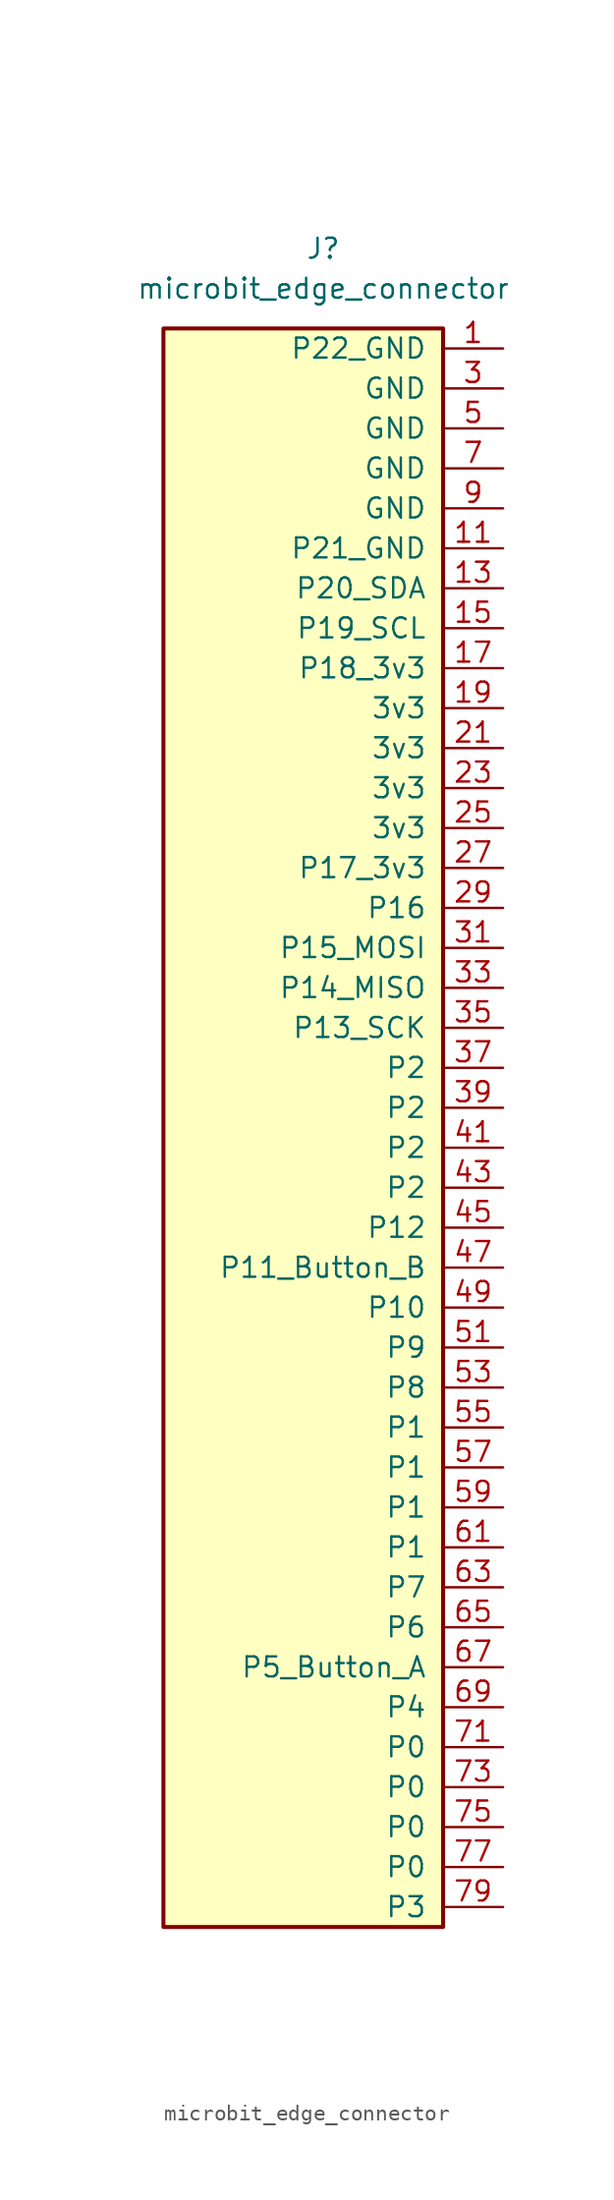
<source format=kicad_sym>
(kicad_symbol_lib
  (version 20211014)
  (generator kicad_symbol_editor)
  (symbol "microbit_edge_connector"
    (pin_names
      (offset 1.016))
    (property "Reference" "J"
      (at 1.27 52.07 0)
      (effects (font (size 1.27 1.27))))
    (property "Value" "microbit_edge_connector"
      (at 1.27 49.53 0)
      (effects (font (size 1.27 1.27))))
    (symbol "microbit_edge_connector_0_0"
      (rectangle (start -8.89 46.99) (end 8.89 -54.61) (stroke (width 0.254) (type default) (color 0 0 0 0)) (fill (type background))))
    (symbol "microbit_edge_connector_1_1"
      (pin passive line (at 12.7 45.72 180) (length 3.81) (name "P22_GND" (effects (font (size 1.27 1.27)))) (number "1" (effects (font (size 1.27 1.27)))))
      (pin no_connect line (at -12.7 35.56 0) (length 3.81) hide (name "~" (effects (font (size 1.27 1.27)))) (number "10" (effects (font (size 1.27 1.27)))))
      (pin passive line (at 12.7 33.02 180) (length 3.81) (name "P21_GND" (effects (font (size 1.27 1.27)))) (number "11" (effects (font (size 1.27 1.27)))))
      (pin no_connect line (at -12.7 33.02 0) (length 3.81) hide (name "~" (effects (font (size 1.27 1.27)))) (number "12" (effects (font (size 1.27 1.27)))))
      (pin passive line (at 12.7 30.48 180) (length 3.81) (name "P20_SDA" (effects (font (size 1.27 1.27)))) (number "13" (effects (font (size 1.27 1.27)))))
      (pin no_connect line (at -12.7 30.48 0) (length 3.81) hide (name "~" (effects (font (size 1.27 1.27)))) (number "14" (effects (font (size 1.27 1.27)))))
      (pin passive line (at 12.7 27.94 180) (length 3.81) (name "P19_SCL" (effects (font (size 1.27 1.27)))) (number "15" (effects (font (size 1.27 1.27)))))
      (pin no_connect line (at -12.7 27.94 0) (length 3.81) hide (name "~" (effects (font (size 1.27 1.27)))) (number "16" (effects (font (size 1.27 1.27)))))
      (pin passive line (at 12.7 25.4 180) (length 3.81) (name "P18_3v3" (effects (font (size 1.27 1.27)))) (number "17" (effects (font (size 1.27 1.27)))))
      (pin no_connect line (at -12.7 25.4 0) (length 3.81) hide (name "~" (effects (font (size 1.27 1.27)))) (number "18" (effects (font (size 1.27 1.27)))))
      (pin passive line (at 12.7 22.86 180) (length 3.81) (name "3v3" (effects (font (size 1.27 1.27)))) (number "19" (effects (font (size 1.27 1.27)))))
      (pin no_connect line (at -12.7 45.72 0) (length 3.81) hide (name "~" (effects (font (size 1.27 1.27)))) (number "2" (effects (font (size 1.27 1.27)))))
      (pin no_connect line (at -12.7 22.86 0) (length 3.81) hide (name "~" (effects (font (size 1.27 1.27)))) (number "20" (effects (font (size 1.27 1.27)))))
      (pin passive line (at 12.7 20.32 180) (length 3.81) (name "3v3" (effects (font (size 1.27 1.27)))) (number "21" (effects (font (size 1.27 1.27)))))
      (pin no_connect line (at -12.7 20.32 0) (length 3.81) hide (name "~" (effects (font (size 1.27 1.27)))) (number "22" (effects (font (size 1.27 1.27)))))
      (pin passive line (at 12.7 17.78 180) (length 3.81) (name "3v3" (effects (font (size 1.27 1.27)))) (number "23" (effects (font (size 1.27 1.27)))))
      (pin no_connect line (at -12.7 17.78 0) (length 3.81) hide (name "~" (effects (font (size 1.27 1.27)))) (number "24" (effects (font (size 1.27 1.27)))))
      (pin passive line (at 12.7 15.24 180) (length 3.81) (name "3v3" (effects (font (size 1.27 1.27)))) (number "25" (effects (font (size 1.27 1.27)))))
      (pin no_connect line (at -12.7 15.24 0) (length 3.81) hide (name "~" (effects (font (size 1.27 1.27)))) (number "26" (effects (font (size 1.27 1.27)))))
      (pin passive line (at 12.7 12.7 180) (length 3.81) (name "P17_3v3" (effects (font (size 1.27 1.27)))) (number "27" (effects (font (size 1.27 1.27)))))
      (pin no_connect line (at -12.7 12.7 0) (length 3.81) hide (name "~" (effects (font (size 1.27 1.27)))) (number "28" (effects (font (size 1.27 1.27)))))
      (pin passive line (at 12.7 10.16 180) (length 3.81) (name "P16" (effects (font (size 1.27 1.27)))) (number "29" (effects (font (size 1.27 1.27)))))
      (pin power_in line (at 12.7 43.18 180) (length 3.81) (name "GND" (effects (font (size 1.27 1.27)))) (number "3" (effects (font (size 1.27 1.27)))))
      (pin no_connect line (at -12.7 10.16 0) (length 3.81) hide (name "~" (effects (font (size 1.27 1.27)))) (number "30" (effects (font (size 1.27 1.27)))))
      (pin passive line (at 12.7 7.62 180) (length 3.81) (name "P15_MOSI" (effects (font (size 1.27 1.27)))) (number "31" (effects (font (size 1.27 1.27)))))
      (pin no_connect line (at -12.7 7.62 0) (length 3.81) hide (name "~" (effects (font (size 1.27 1.27)))) (number "32" (effects (font (size 1.27 1.27)))))
      (pin passive line (at 12.7 5.08 180) (length 3.81) (name "P14_MISO" (effects (font (size 1.27 1.27)))) (number "33" (effects (font (size 1.27 1.27)))))
      (pin no_connect line (at -12.7 5.08 0) (length 3.81) hide (name "~" (effects (font (size 1.27 1.27)))) (number "34" (effects (font (size 1.27 1.27)))))
      (pin passive line (at 12.7 2.54 180) (length 3.81) (name "P13_SCK" (effects (font (size 1.27 1.27)))) (number "35" (effects (font (size 1.27 1.27)))))
      (pin no_connect line (at -12.7 2.54 0) (length 3.81) hide (name "~" (effects (font (size 1.27 1.27)))) (number "36" (effects (font (size 1.27 1.27)))))
      (pin passive line (at 12.7 0 180) (length 3.81) (name "P2" (effects (font (size 1.27 1.27)))) (number "37" (effects (font (size 1.27 1.27)))))
      (pin no_connect line (at -12.7 0 0) (length 3.81) hide (name "~" (effects (font (size 1.27 1.27)))) (number "38" (effects (font (size 1.27 1.27)))))
      (pin passive line (at 12.7 -2.54 180) (length 3.81) (name "P2" (effects (font (size 1.27 1.27)))) (number "39" (effects (font (size 1.27 1.27)))))
      (pin no_connect line (at -12.7 43.18 0) (length 3.81) hide (name "~" (effects (font (size 1.27 1.27)))) (number "4" (effects (font (size 1.27 1.27)))))
      (pin no_connect line (at -12.7 -2.54 0) (length 3.81) hide (name "~" (effects (font (size 1.27 1.27)))) (number "40" (effects (font (size 1.27 1.27)))))
      (pin passive line (at 12.7 -5.08 180) (length 3.81) (name "P2" (effects (font (size 1.27 1.27)))) (number "41" (effects (font (size 1.27 1.27)))))
      (pin no_connect line (at -12.7 -5.08 0) (length 3.81) hide (name "~" (effects (font (size 1.27 1.27)))) (number "42" (effects (font (size 1.27 1.27)))))
      (pin passive line (at 12.7 -7.62 180) (length 3.81) (name "P2" (effects (font (size 1.27 1.27)))) (number "43" (effects (font (size 1.27 1.27)))))
      (pin no_connect line (at -12.7 -7.62 0) (length 3.81) hide (name "~" (effects (font (size 1.27 1.27)))) (number "44" (effects (font (size 1.27 1.27)))))
      (pin passive line (at 12.7 -10.16 180) (length 3.81) (name "P12" (effects (font (size 1.27 1.27)))) (number "45" (effects (font (size 1.27 1.27)))))
      (pin no_connect line (at -12.7 -10.16 0) (length 3.81) hide (name "~" (effects (font (size 1.27 1.27)))) (number "46" (effects (font (size 1.27 1.27)))))
      (pin passive line (at 12.7 -12.7 180) (length 3.81) (name "P11_Button_B" (effects (font (size 1.27 1.27)))) (number "47" (effects (font (size 1.27 1.27)))))
      (pin no_connect line (at -12.7 -12.7 0) (length 3.81) hide (name "~" (effects (font (size 1.27 1.27)))) (number "48" (effects (font (size 1.27 1.27)))))
      (pin passive line (at 12.7 -15.24 180) (length 3.81) (name "P10" (effects (font (size 1.27 1.27)))) (number "49" (effects (font (size 1.27 1.27)))))
      (pin power_in line (at 12.7 40.64 180) (length 3.81) (name "GND" (effects (font (size 1.27 1.27)))) (number "5" (effects (font (size 1.27 1.27)))))
      (pin no_connect line (at -12.7 -15.24 0) (length 3.81) hide (name "~" (effects (font (size 1.27 1.27)))) (number "50" (effects (font (size 1.27 1.27)))))
      (pin passive line (at 12.7 -17.78 180) (length 3.81) (name "P9" (effects (font (size 1.27 1.27)))) (number "51" (effects (font (size 1.27 1.27)))))
      (pin no_connect line (at -12.7 -17.78 0) (length 3.81) hide (name "~" (effects (font (size 1.27 1.27)))) (number "52" (effects (font (size 1.27 1.27)))))
      (pin passive line (at 12.7 -20.32 180) (length 3.81) (name "P8" (effects (font (size 1.27 1.27)))) (number "53" (effects (font (size 1.27 1.27)))))
      (pin no_connect line (at -12.7 -20.32 0) (length 3.81) hide (name "~" (effects (font (size 1.27 1.27)))) (number "54" (effects (font (size 1.27 1.27)))))
      (pin passive line (at 12.7 -22.86 180) (length 3.81) (name "P1" (effects (font (size 1.27 1.27)))) (number "55" (effects (font (size 1.27 1.27)))))
      (pin no_connect line (at -12.7 -22.86 0) (length 3.81) hide (name "~" (effects (font (size 1.27 1.27)))) (number "56" (effects (font (size 1.27 1.27)))))
      (pin passive line (at 12.7 -25.4 180) (length 3.81) (name "P1" (effects (font (size 1.27 1.27)))) (number "57" (effects (font (size 1.27 1.27)))))
      (pin no_connect line (at -12.7 -25.4 0) (length 3.81) hide (name "~" (effects (font (size 1.27 1.27)))) (number "58" (effects (font (size 1.27 1.27)))))
      (pin passive line (at 12.7 -27.94 180) (length 3.81) (name "P1" (effects (font (size 1.27 1.27)))) (number "59" (effects (font (size 1.27 1.27)))))
      (pin no_connect line (at -12.7 40.64 0) (length 3.81) hide (name "~" (effects (font (size 1.27 1.27)))) (number "6" (effects (font (size 1.27 1.27)))))
      (pin no_connect line (at -12.7 -27.94 0) (length 3.81) hide (name "~" (effects (font (size 1.27 1.27)))) (number "60" (effects (font (size 1.27 1.27)))))
      (pin passive line (at 12.7 -30.48 180) (length 3.81) (name "P1" (effects (font (size 1.27 1.27)))) (number "61" (effects (font (size 1.27 1.27)))))
      (pin no_connect line (at -12.7 -30.48 0) (length 3.81) hide (name "~" (effects (font (size 1.27 1.27)))) (number "62" (effects (font (size 1.27 1.27)))))
      (pin passive line (at 12.7 -33.02 180) (length 3.81) (name "P7" (effects (font (size 1.27 1.27)))) (number "63" (effects (font (size 1.27 1.27)))))
      (pin no_connect line (at -12.7 -33.02 0) (length 3.81) hide (name "~" (effects (font (size 1.27 1.27)))) (number "64" (effects (font (size 1.27 1.27)))))
      (pin passive line (at 12.7 -35.56 180) (length 3.81) (name "P6" (effects (font (size 1.27 1.27)))) (number "65" (effects (font (size 1.27 1.27)))))
      (pin no_connect line (at -12.7 -35.56 0) (length 3.81) hide (name "~" (effects (font (size 1.27 1.27)))) (number "66" (effects (font (size 1.27 1.27)))))
      (pin passive line (at 12.7 -38.1 180) (length 3.81) (name "P5_Button_A" (effects (font (size 1.27 1.27)))) (number "67" (effects (font (size 1.27 1.27)))))
      (pin no_connect line (at -12.7 -38.1 0) (length 3.81) hide (name "~" (effects (font (size 1.27 1.27)))) (number "68" (effects (font (size 1.27 1.27)))))
      (pin passive line (at 12.7 -40.64 180) (length 3.81) (name "P4" (effects (font (size 1.27 1.27)))) (number "69" (effects (font (size 1.27 1.27)))))
      (pin power_in line (at 12.7 38.1 180) (length 3.81) (name "GND" (effects (font (size 1.27 1.27)))) (number "7" (effects (font (size 1.27 1.27)))))
      (pin no_connect line (at -12.7 -40.64 0) (length 3.81) hide (name "~" (effects (font (size 1.27 1.27)))) (number "70" (effects (font (size 1.27 1.27)))))
      (pin passive line (at 12.7 -43.18 180) (length 3.81) (name "P0" (effects (font (size 1.27 1.27)))) (number "71" (effects (font (size 1.27 1.27)))))
      (pin no_connect line (at -12.7 -43.18 0) (length 3.81) hide (name "~" (effects (font (size 1.27 1.27)))) (number "72" (effects (font (size 1.27 1.27)))))
      (pin passive line (at 12.7 -45.72 180) (length 3.81) (name "P0" (effects (font (size 1.27 1.27)))) (number "73" (effects (font (size 1.27 1.27)))))
      (pin no_connect line (at -12.7 -45.72 0) (length 3.81) hide (name "~" (effects (font (size 1.27 1.27)))) (number "74" (effects (font (size 1.27 1.27)))))
      (pin passive line (at 12.7 -48.26 180) (length 3.81) (name "P0" (effects (font (size 1.27 1.27)))) (number "75" (effects (font (size 1.27 1.27)))))
      (pin no_connect line (at -12.7 -48.26 0) (length 3.81) hide (name "~" (effects (font (size 1.27 1.27)))) (number "76" (effects (font (size 1.27 1.27)))))
      (pin passive line (at 12.7 -50.8 180) (length 3.81) (name "P0" (effects (font (size 1.27 1.27)))) (number "77" (effects (font (size 1.27 1.27)))))
      (pin no_connect line (at -12.7 -50.8 0) (length 3.81) hide (name "~" (effects (font (size 1.27 1.27)))) (number "78" (effects (font (size 1.27 1.27)))))
      (pin passive line (at 12.7 -53.34 180) (length 3.81) (name "P3" (effects (font (size 1.27 1.27)))) (number "79" (effects (font (size 1.27 1.27)))))
      (pin no_connect line (at -12.7 38.1 0) (length 3.81) hide (name "~" (effects (font (size 1.27 1.27)))) (number "8" (effects (font (size 1.27 1.27)))))
      (pin no_connect line (at -12.7 -53.34 0) (length 3.81) hide (name "~" (effects (font (size 1.27 1.27)))) (number "80" (effects (font (size 1.27 1.27)))))
      (pin power_in line (at 12.7 35.56 180) (length 3.81) (name "GND" (effects (font (size 1.27 1.27)))) (number "9" (effects (font (size 1.27 1.27))))))))
</source>
